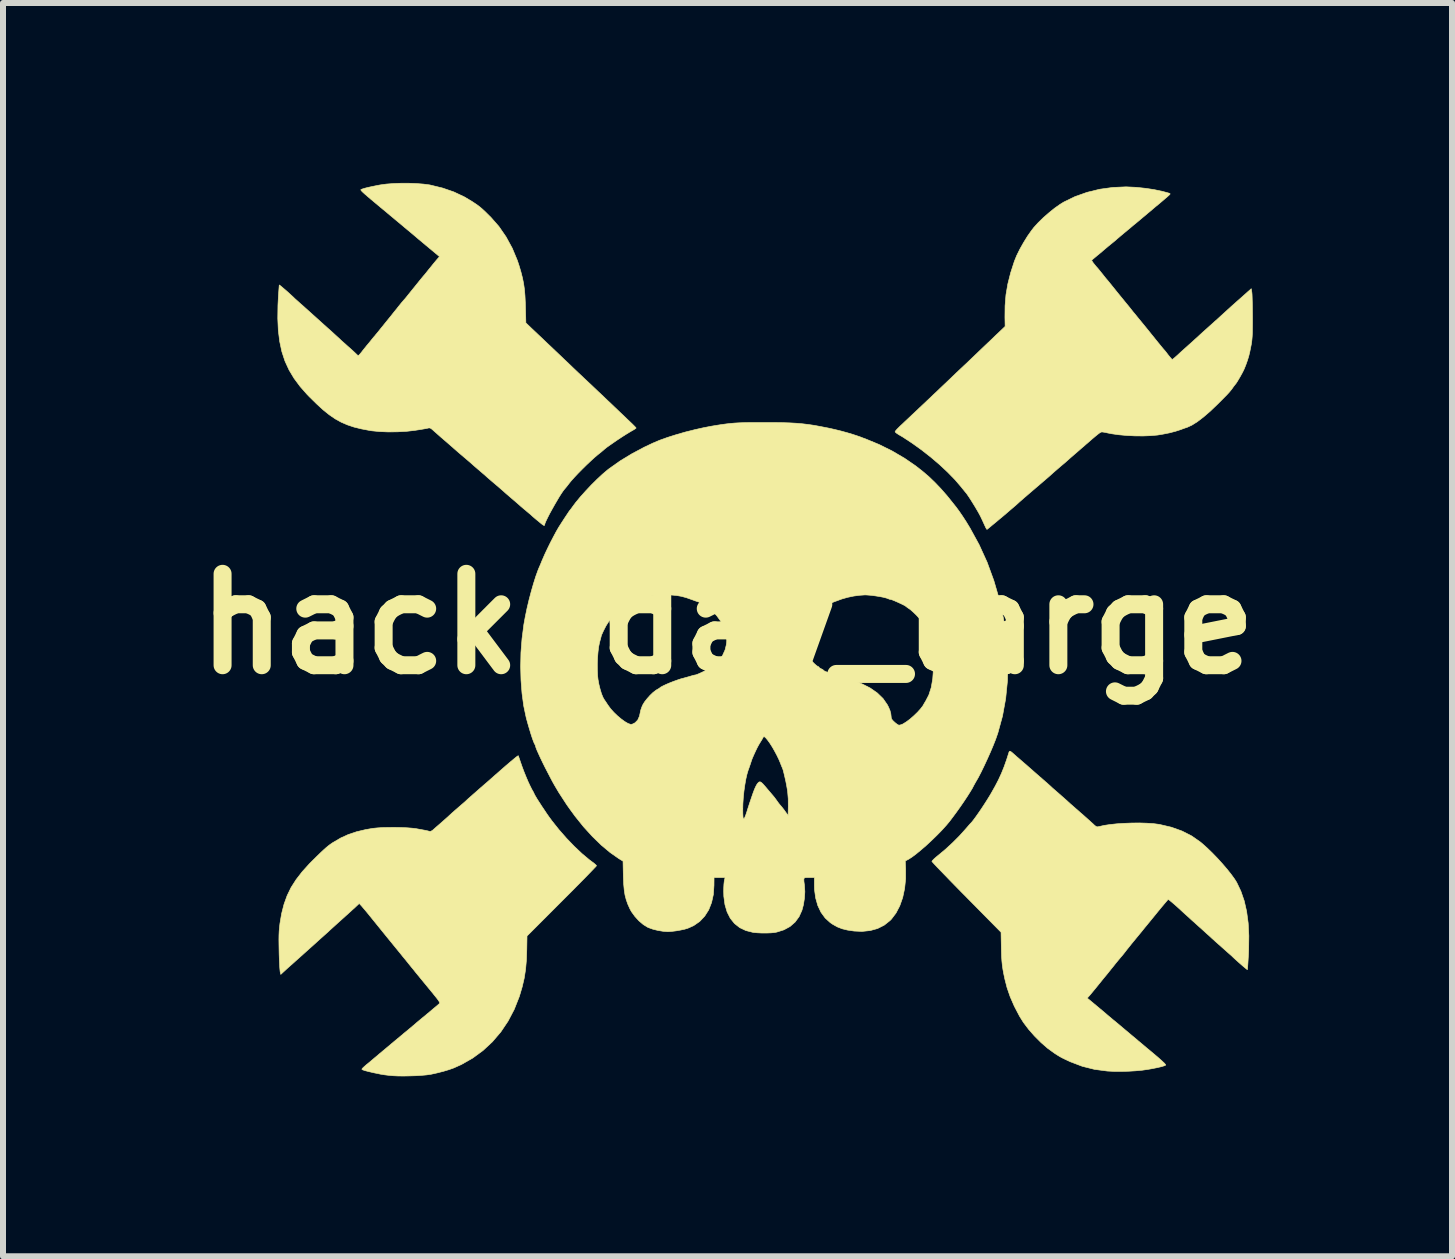
<source format=kicad_pcb>
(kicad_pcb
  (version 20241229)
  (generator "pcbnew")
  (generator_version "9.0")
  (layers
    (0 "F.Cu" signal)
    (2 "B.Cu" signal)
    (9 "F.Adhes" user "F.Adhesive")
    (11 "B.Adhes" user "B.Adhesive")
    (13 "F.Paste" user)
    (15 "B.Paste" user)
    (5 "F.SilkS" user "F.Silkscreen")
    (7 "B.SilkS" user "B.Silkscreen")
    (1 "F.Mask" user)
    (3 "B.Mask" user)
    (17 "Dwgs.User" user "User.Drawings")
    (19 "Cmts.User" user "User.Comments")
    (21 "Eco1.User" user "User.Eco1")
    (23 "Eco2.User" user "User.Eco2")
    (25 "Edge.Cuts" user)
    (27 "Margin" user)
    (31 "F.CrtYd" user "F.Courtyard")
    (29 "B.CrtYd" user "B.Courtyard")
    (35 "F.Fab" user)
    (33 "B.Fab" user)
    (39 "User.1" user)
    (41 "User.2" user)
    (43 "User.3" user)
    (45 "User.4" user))
  (footprint "hackaday_large"
    (layer "F.Cu")
    (at 9.079 7.351)
    (property "Reference" "hackaday_large" (at 0 0 0) (layer "F.SilkS") (effects (font (size 1.524 1.524) (thickness 0.3))))
    (attr through_hole)
    (fp_poly (pts (xy -3.488 2.198) (xy -3.483 2.212) (xy -3.472 2.244) (xy -3.457 2.288) (xy -3.449 2.311) (xy -3.423 2.386) (xy -3.392 2.468) (xy -3.358 2.552) (xy -3.324 2.632) (xy -3.292 2.7) (xy -3.266 2.752) (xy -3.262 2.76) (xy -3.242 2.794) (xy -3.229 2.819) (xy -3.226 2.826) (xy -3.219 2.843) (xy -3.2 2.876) (xy -3.172 2.923) (xy -3.136 2.979) (xy -3.096 3.041) (xy -3.053 3.105) (xy -3.011 3.168) (xy -2.971 3.225) (xy -2.936 3.272) (xy -2.933 3.277) (xy -2.812 3.429) (xy -2.685 3.574) (xy -2.555 3.709) (xy -2.427 3.83) (xy -2.304 3.933) (xy -2.262 3.964) (xy -2.225 3.992) (xy -2.197 4.016) (xy -2.185 4.031) (xy -2.185 4.032) (xy -2.193 4.043) (xy -2.219 4.07) (xy -2.259 4.112) (xy -2.312 4.167) (xy -2.378 4.235) (xy -2.454 4.312) (xy -2.539 4.398) (xy -2.632 4.492) (xy -2.731 4.591) (xy -2.764 4.624) (xy -3.343 5.204) (xy -3.347 5.431) (xy -3.353 5.605) (xy -3.367 5.762) (xy -3.39 5.909) (xy -3.424 6.054) (xy -3.469 6.205) (xy -3.473 6.217) (xy -3.556 6.427) (xy -3.659 6.623) (xy -3.78 6.803) (xy -3.92 6.967) (xy -4.076 7.112) (xy -4.249 7.239) (xy -4.437 7.346) (xy -4.566 7.404) (xy -4.642 7.431) (xy -4.735 7.459) (xy -4.837 7.485) (xy -4.94 7.508) (xy -4.959 7.511) (xy -5.022 7.52) (xy -5.104 7.527) (xy -5.199 7.533) (xy -5.299 7.536) (xy -5.4 7.538) (xy -5.494 7.537) (xy -5.576 7.533) (xy -5.588 7.532) (xy -5.652 7.526) (xy -5.717 7.518) (xy -5.771 7.509) (xy -5.785 7.507) (xy -5.896 7.484) (xy -5.982 7.464) (xy -6.044 7.448) (xy -6.082 7.435) (xy -6.096 7.425) (xy -6.096 7.424) (xy -6.087 7.41) (xy -6.062 7.386) (xy -6.027 7.355) (xy -6.018 7.347) (xy -5.974 7.312) (xy -5.933 7.277) (xy -5.902 7.251) (xy -5.901 7.25) (xy -5.882 7.234) (xy -5.846 7.204) (xy -5.798 7.163) (xy -5.738 7.113) (xy -5.672 7.058) (xy -5.601 6.998) (xy -5.529 6.938) (xy -5.459 6.88) (xy -5.394 6.825) (xy -5.336 6.778) (xy -5.297 6.745) (xy -5.264 6.718) (xy -5.238 6.695) (xy -5.227 6.687) (xy -5.214 6.675) (xy -5.184 6.649) (xy -5.141 6.613) (xy -5.088 6.569) (xy -5.028 6.52) (xy -5.023 6.515) (xy -4.962 6.465) (xy -4.907 6.418) (xy -4.861 6.38) (xy -4.827 6.351) (xy -4.81 6.336) (xy -4.809 6.335) (xy -4.802 6.327) (xy -4.799 6.317) (xy -4.804 6.303) (xy -4.817 6.282) (xy -4.84 6.25) (xy -4.876 6.205) (xy -4.925 6.144) (xy -4.94 6.126) (xy -4.99 6.065) (xy -5.035 6.01) (xy -5.073 5.964) (xy -5.101 5.93) (xy -5.116 5.912) (xy -5.116 5.912) (xy -5.131 5.893) (xy -5.159 5.859) (xy -5.196 5.814) (xy -5.239 5.76) (xy -5.264 5.73) (xy -5.315 5.667) (xy -5.367 5.602) (xy -5.416 5.543) (xy -5.455 5.494) (xy -5.465 5.482) (xy -5.532 5.4) (xy -5.611 5.303) (xy -5.699 5.195) (xy -5.792 5.08) (xy -5.886 4.964) (xy -5.963 4.869) (xy -6.005 4.817) (xy -6.046 4.768) (xy -6.08 4.728) (xy -6.102 4.702) (xy -6.14 4.661) (xy -6.191 4.709) (xy -6.216 4.733) (xy -6.257 4.769) (xy -6.308 4.816) (xy -6.367 4.869) (xy -6.43 4.926) (xy -6.439 4.934) (xy -6.498 4.987) (xy -6.551 5.035) (xy -6.594 5.074) (xy -6.625 5.102) (xy -6.641 5.117) (xy -6.642 5.118) (xy -6.653 5.129) (xy -6.68 5.153) (xy -6.718 5.187) (xy -6.765 5.229) (xy -6.782 5.244) (xy -6.843 5.299) (xy -6.909 5.359) (xy -6.973 5.416) (xy -7.023 5.461) (xy -7.081 5.513) (xy -7.148 5.573) (xy -7.213 5.631) (xy -7.244 5.659) (xy -7.294 5.703) (xy -7.342 5.746) (xy -7.381 5.782) (xy -7.403 5.802) (xy -7.448 5.844) (xy -7.458 5.802) (xy -7.461 5.777) (xy -7.465 5.731) (xy -7.468 5.669) (xy -7.472 5.593) (xy -7.475 5.509) (xy -7.476 5.46) (xy -7.478 5.351) (xy -7.479 5.263) (xy -7.478 5.189) (xy -7.475 5.125) (xy -7.47 5.065) (xy -7.463 5.005) (xy -7.463 5.002) (xy -7.434 4.83) (xy -7.394 4.674) (xy -7.342 4.53) (xy -7.276 4.394) (xy -7.192 4.263) (xy -7.09 4.131) (xy -6.968 3.996) (xy -6.915 3.943) (xy -6.842 3.871) (xy -6.782 3.813) (xy -6.734 3.768) (xy -6.694 3.732) (xy -6.659 3.703) (xy -6.625 3.677) (xy -6.589 3.652) (xy -6.569 3.64) (xy -6.448 3.569) (xy -6.323 3.512) (xy -6.186 3.466) (xy -6.035 3.43) (xy -5.914 3.409) (xy -5.845 3.402) (xy -5.758 3.396) (xy -5.658 3.394) (xy -5.553 3.393) (xy -5.447 3.395) (xy -5.347 3.399) (xy -5.259 3.406) (xy -5.19 3.414) (xy -5.182 3.416) (xy -5.099 3.431) (xy -5.039 3.442) (xy -4.998 3.451) (xy -4.972 3.458) (xy -4.966 3.46) (xy -4.944 3.457) (xy -4.917 3.441) (xy -4.915 3.439) (xy -4.891 3.418) (xy -4.855 3.386) (xy -4.811 3.348) (xy -4.788 3.328) (xy -4.738 3.284) (xy -4.686 3.238) (xy -4.642 3.198) (xy -4.629 3.186) (xy -4.591 3.151) (xy -4.541 3.107) (xy -4.488 3.061) (xy -4.464 3.04) (xy -4.422 3.004) (xy -4.386 2.973) (xy -4.363 2.952) (xy -4.356 2.946) (xy -4.345 2.935) (xy -4.318 2.91) (xy -4.28 2.877) (xy -4.234 2.836) (xy -4.229 2.832) (xy -4.173 2.783) (xy -4.114 2.731) (xy -4.06 2.684) (xy -4.026 2.655) (xy -3.987 2.621) (xy -3.935 2.575) (xy -3.875 2.522) (xy -3.812 2.467) (xy -3.778 2.437) (xy -3.689 2.359) (xy -3.617 2.298) (xy -3.562 2.252) (xy -3.523 2.22) (xy -3.499 2.203) (xy -3.489 2.198) (xy -3.488 2.198)) (stroke (width 0.01) (type solid)) (fill yes) (layer "F.SilkS"))
    (fp_poly (pts (xy 4.719 2.126) (xy 4.746 2.147) (xy 4.756 2.156) (xy 4.78 2.177) (xy 4.818 2.211) (xy 4.866 2.252) (xy 4.919 2.298) (xy 4.934 2.311) (xy 4.984 2.354) (xy 5.027 2.392) (xy 5.059 2.42) (xy 5.078 2.436) (xy 5.08 2.438) (xy 5.091 2.448) (xy 5.118 2.472) (xy 5.158 2.507) (xy 5.206 2.549) (xy 5.239 2.577) (xy 5.292 2.624) (xy 5.338 2.664) (xy 5.375 2.697) (xy 5.398 2.718) (xy 5.404 2.724) (xy 5.418 2.737) (xy 5.448 2.763) (xy 5.487 2.797) (xy 5.518 2.824) (xy 5.568 2.868) (xy 5.618 2.912) (xy 5.661 2.95) (xy 5.677 2.965) (xy 5.712 2.997) (xy 5.759 3.038) (xy 5.81 3.083) (xy 5.836 3.105) (xy 5.884 3.148) (xy 5.932 3.189) (xy 5.971 3.224) (xy 5.987 3.238) (xy 6.018 3.266) (xy 6.043 3.288) (xy 6.051 3.296) (xy 6.069 3.312) (xy 6.097 3.337) (xy 6.11 3.35) (xy 6.139 3.374) (xy 6.161 3.384) (xy 6.185 3.381) (xy 6.198 3.378) (xy 6.278 3.36) (xy 6.377 3.345) (xy 6.491 3.333) (xy 6.615 3.325) (xy 6.743 3.32) (xy 6.87 3.319) (xy 6.991 3.323) (xy 7.1 3.33) (xy 7.192 3.342) (xy 7.203 3.344) (xy 7.4 3.39) (xy 7.578 3.454) (xy 7.739 3.536) (xy 7.883 3.637) (xy 7.912 3.661) (xy 7.995 3.735) (xy 8.082 3.819) (xy 8.169 3.909) (xy 8.253 4.002) (xy 8.331 4.093) (xy 8.399 4.179) (xy 8.454 4.255) (xy 8.488 4.309) (xy 8.558 4.456) (xy 8.614 4.618) (xy 8.654 4.794) (xy 8.68 4.988) (xy 8.691 5.2) (xy 8.688 5.432) (xy 8.685 5.505) (xy 8.68 5.583) (xy 8.676 5.651) (xy 8.672 5.707) (xy 8.669 5.746) (xy 8.667 5.764) (xy 8.666 5.764) (xy 8.657 5.758) (xy 8.632 5.738) (xy 8.597 5.709) (xy 8.557 5.674) (xy 8.515 5.637) (xy 8.475 5.601) (xy 8.442 5.571) (xy 8.421 5.551) (xy 8.42 5.55) (xy 8.409 5.539) (xy 8.382 5.515) (xy 8.342 5.48) (xy 8.293 5.436) (xy 8.242 5.391) (xy 8.187 5.342) (xy 8.138 5.299) (xy 8.1 5.264) (xy 8.074 5.241) (xy 8.065 5.232) (xy 8.054 5.222) (xy 8.027 5.197) (xy 7.986 5.161) (xy 7.936 5.115) (xy 7.878 5.063) (xy 7.861 5.048) (xy 7.797 4.99) (xy 7.735 4.935) (xy 7.68 4.884) (xy 7.634 4.843) (xy 7.603 4.815) (xy 7.601 4.813) (xy 7.522 4.74) (xy 7.456 4.681) (xy 7.404 4.637) (xy 7.368 4.607) (xy 7.348 4.594) (xy 7.345 4.594) (xy 7.336 4.604) (xy 7.313 4.631) (xy 7.279 4.671) (xy 7.236 4.722) (xy 7.188 4.781) (xy 7.18 4.79) (xy 7.13 4.852) (xy 7.084 4.908) (xy 7.045 4.956) (xy 7.016 4.991) (xy 7.001 5.01) (xy 7 5.011) (xy 6.981 5.034) (xy 6.952 5.069) (xy 6.928 5.099) (xy 6.901 5.133) (xy 6.88 5.158) (xy 6.871 5.169) (xy 6.861 5.181) (xy 6.838 5.209) (xy 6.806 5.248) (xy 6.768 5.294) (xy 6.728 5.343) (xy 6.69 5.391) (xy 6.656 5.433) (xy 6.631 5.466) (xy 6.626 5.472) (xy 6.597 5.509) (xy 6.569 5.543) (xy 6.562 5.55) (xy 6.544 5.572) (xy 6.513 5.609) (xy 6.475 5.655) (xy 6.438 5.702) (xy 6.391 5.76) (xy 6.343 5.82) (xy 6.299 5.874) (xy 6.273 5.905) (xy 6.232 5.956) (xy 6.185 6.014) (xy 6.139 6.071) (xy 6.129 6.083) (xy 6.092 6.128) (xy 6.058 6.169) (xy 6.032 6.2) (xy 6.024 6.208) (xy 5.997 6.239) (xy 6.151 6.367) (xy 6.205 6.412) (xy 6.253 6.452) (xy 6.29 6.483) (xy 6.314 6.504) (xy 6.32 6.509) (xy 6.336 6.523) (xy 6.366 6.548) (xy 6.395 6.572) (xy 6.429 6.601) (xy 6.477 6.64) (xy 6.531 6.685) (xy 6.585 6.731) (xy 6.64 6.777) (xy 6.694 6.822) (xy 6.741 6.862) (xy 6.775 6.89) (xy 6.81 6.919) (xy 6.837 6.942) (xy 6.85 6.954) (xy 6.864 6.965) (xy 6.894 6.99) (xy 6.938 7.027) (xy 6.992 7.073) (xy 7.054 7.124) (xy 7.091 7.155) (xy 7.174 7.225) (xy 7.237 7.281) (xy 7.28 7.321) (xy 7.302 7.346) (xy 7.305 7.356) (xy 7.282 7.367) (xy 7.236 7.381) (xy 7.164 7.398) (xy 7.068 7.417) (xy 7.004 7.428) (xy 6.914 7.441) (xy 6.807 7.451) (xy 6.689 7.458) (xy 6.569 7.461) (xy 6.453 7.461) (xy 6.35 7.456) (xy 6.331 7.455) (xy 6.119 7.427) (xy 5.915 7.376) (xy 5.717 7.301) (xy 5.625 7.258) (xy 5.58 7.236) (xy 5.545 7.217) (xy 5.51 7.196) (xy 5.467 7.169) (xy 5.445 7.154) (xy 5.336 7.075) (xy 5.226 6.979) (xy 5.118 6.871) (xy 5.018 6.757) (xy 4.932 6.643) (xy 4.868 6.54) (xy 4.781 6.374) (xy 4.713 6.218) (xy 4.66 6.065) (xy 4.624 5.925) (xy 4.605 5.835) (xy 4.591 5.759) (xy 4.581 5.69) (xy 4.574 5.62) (xy 4.569 5.542) (xy 4.566 5.449) (xy 4.565 5.399) (xy 4.56 5.141) (xy 3.985 4.558) (xy 3.885 4.457) (xy 3.791 4.361) (xy 3.704 4.272) (xy 3.625 4.19) (xy 3.556 4.119) (xy 3.498 4.059) (xy 3.453 4.011) (xy 3.423 3.978) (xy 3.408 3.961) (xy 3.407 3.96) (xy 3.416 3.946) (xy 3.441 3.92) (xy 3.478 3.887) (xy 3.522 3.851) (xy 3.635 3.757) (xy 3.752 3.649) (xy 3.864 3.537) (xy 3.956 3.435) (xy 3.993 3.393) (xy 4.023 3.358) (xy 4.044 3.334) (xy 4.051 3.327) (xy 4.071 3.306) (xy 4.102 3.267) (xy 4.141 3.214) (xy 4.186 3.15) (xy 4.234 3.08) (xy 4.282 3.007) (xy 4.328 2.935) (xy 4.37 2.867) (xy 4.396 2.823) (xy 4.463 2.704) (xy 4.519 2.596) (xy 4.567 2.491) (xy 4.611 2.382) (xy 4.653 2.263) (xy 4.693 2.137) (xy 4.702 2.123) (xy 4.719 2.126)) (stroke (width 0.01) (type solid)) (fill yes) (layer "F.SilkS"))
    (fp_poly (pts (xy 6.813 -7.278) (xy 6.973 -7.261) (xy 7.116 -7.239) (xy 7.247 -7.211) (xy 7.271 -7.205) (xy 7.323 -7.191) (xy 7.355 -7.182) (xy 7.372 -7.176) (xy 7.378 -7.171) (xy 7.377 -7.165) (xy 7.377 -7.164) (xy 7.366 -7.152) (xy 7.339 -7.127) (xy 7.298 -7.092) (xy 7.248 -7.049) (xy 7.195 -7.004) (xy 7.135 -6.955) (xy 7.081 -6.909) (xy 7.035 -6.87) (xy 7.001 -6.842) (xy 6.985 -6.828) (xy 6.966 -6.812) (xy 6.931 -6.783) (xy 6.883 -6.743) (xy 6.825 -6.694) (xy 6.76 -6.641) (xy 6.725 -6.611) (xy 6.66 -6.557) (xy 6.601 -6.508) (xy 6.552 -6.467) (xy 6.516 -6.436) (xy 6.494 -6.418) (xy 6.49 -6.414) (xy 6.478 -6.403) (xy 6.451 -6.38) (xy 6.413 -6.349) (xy 6.382 -6.324) (xy 6.338 -6.288) (xy 6.299 -6.255) (xy 6.271 -6.231) (xy 6.261 -6.223) (xy 6.242 -6.206) (xy 6.21 -6.179) (xy 6.169 -6.146) (xy 6.156 -6.135) (xy 6.118 -6.103) (xy 6.088 -6.078) (xy 6.072 -6.062) (xy 6.071 -6.06) (xy 6.078 -6.047) (xy 6.095 -6.021) (xy 6.118 -5.992) (xy 6.14 -5.965) (xy 6.153 -5.95) (xy 6.167 -5.935) (xy 6.192 -5.905) (xy 6.224 -5.865) (xy 6.243 -5.842) (xy 6.276 -5.8) (xy 6.303 -5.766) (xy 6.321 -5.745) (xy 6.325 -5.74) (xy 6.336 -5.728) (xy 6.358 -5.701) (xy 6.382 -5.671) (xy 6.412 -5.634) (xy 6.454 -5.582) (xy 6.503 -5.521) (xy 6.557 -5.455) (xy 6.61 -5.39) (xy 6.64 -5.353) (xy 6.659 -5.33) (xy 6.688 -5.295) (xy 6.712 -5.265) (xy 6.742 -5.227) (xy 6.769 -5.193) (xy 6.784 -5.176) (xy 6.857 -5.086) (xy 6.918 -5.012) (xy 6.971 -4.947) (xy 7.019 -4.888) (xy 7.067 -4.828) (xy 7.119 -4.764) (xy 7.13 -4.75) (xy 7.176 -4.693) (xy 7.216 -4.644) (xy 7.248 -4.605) (xy 7.269 -4.58) (xy 7.276 -4.572) (xy 7.288 -4.559) (xy 7.31 -4.532) (xy 7.338 -4.495) (xy 7.345 -4.486) (xy 7.375 -4.449) (xy 7.399 -4.421) (xy 7.413 -4.408) (xy 7.414 -4.407) (xy 7.427 -4.416) (xy 7.453 -4.437) (xy 7.489 -4.469) (xy 7.506 -4.484) (xy 7.553 -4.528) (xy 7.611 -4.58) (xy 7.668 -4.631) (xy 7.69 -4.651) (xy 7.741 -4.696) (xy 7.792 -4.743) (xy 7.837 -4.783) (xy 7.855 -4.8) (xy 7.884 -4.827) (xy 7.928 -4.867) (xy 7.983 -4.916) (xy 8.045 -4.972) (xy 8.109 -5.029) (xy 8.115 -5.035) (xy 8.175 -5.088) (xy 8.227 -5.136) (xy 8.27 -5.175) (xy 8.301 -5.203) (xy 8.317 -5.218) (xy 8.319 -5.219) (xy 8.33 -5.23) (xy 8.357 -5.254) (xy 8.396 -5.29) (xy 8.446 -5.334) (xy 8.496 -5.379) (xy 8.554 -5.43) (xy 8.607 -5.477) (xy 8.652 -5.517) (xy 8.684 -5.546) (xy 8.7 -5.559) (xy 8.731 -5.588) (xy 8.741 -5.528) (xy 8.744 -5.499) (xy 8.746 -5.449) (xy 8.748 -5.382) (xy 8.75 -5.301) (xy 8.751 -5.211) (xy 8.752 -5.118) (xy 8.752 -5.009) (xy 8.751 -4.921) (xy 8.75 -4.851) (xy 8.747 -4.793) (xy 8.743 -4.744) (xy 8.738 -4.699) (xy 8.731 -4.655) (xy 8.726 -4.63) (xy 8.708 -4.54) (xy 8.69 -4.465) (xy 8.669 -4.396) (xy 8.643 -4.323) (xy 8.616 -4.255) (xy 8.601 -4.223) (xy 8.579 -4.18) (xy 8.552 -4.131) (xy 8.524 -4.083) (xy 8.499 -4.041) (xy 8.48 -4.012) (xy 8.471 -4) (xy 8.46 -3.987) (xy 8.44 -3.961) (xy 8.432 -3.95) (xy 8.411 -3.92) (xy 8.39 -3.893) (xy 8.367 -3.865) (xy 8.338 -3.833) (xy 8.3 -3.794) (xy 8.251 -3.744) (xy 8.188 -3.681) (xy 8.172 -3.665) (xy 8.048 -3.546) (xy 7.934 -3.448) (xy 7.832 -3.37) (xy 7.741 -3.313) (xy 7.663 -3.277) (xy 7.651 -3.273) (xy 7.626 -3.265) (xy 7.587 -3.251) (xy 7.556 -3.239) (xy 7.472 -3.212) (xy 7.37 -3.185) (xy 7.259 -3.163) (xy 7.169 -3.148) (xy 7.057 -3.138) (xy 6.929 -3.133) (xy 6.792 -3.134) (xy 6.653 -3.141) (xy 6.521 -3.153) (xy 6.402 -3.17) (xy 6.341 -3.182) (xy 6.296 -3.192) (xy 6.258 -3.198) (xy 6.239 -3.2) (xy 6.226 -3.196) (xy 6.204 -3.184) (xy 6.172 -3.16) (xy 6.129 -3.125) (xy 6.071 -3.076) (xy 5.997 -3.011) (xy 5.988 -3.004) (xy 5.945 -2.966) (xy 5.89 -2.919) (xy 5.834 -2.87) (xy 5.804 -2.844) (xy 5.76 -2.806) (xy 5.724 -2.775) (xy 5.699 -2.753) (xy 5.69 -2.744) (xy 5.678 -2.734) (xy 5.651 -2.71) (xy 5.612 -2.676) (xy 5.564 -2.636) (xy 5.55 -2.624) (xy 5.5 -2.581) (xy 5.457 -2.544) (xy 5.424 -2.515) (xy 5.406 -2.498) (xy 5.404 -2.497) (xy 5.391 -2.485) (xy 5.362 -2.459) (xy 5.318 -2.421) (xy 5.263 -2.374) (xy 5.2 -2.32) (xy 5.131 -2.261) (xy 5.061 -2.201) (xy 4.998 -2.147) (xy 4.943 -2.1) (xy 4.9 -2.062) (xy 4.87 -2.036) (xy 4.858 -2.025) (xy 4.843 -2.011) (xy 4.813 -1.984) (xy 4.77 -1.947) (xy 4.717 -1.902) (xy 4.659 -1.852) (xy 4.597 -1.799) (xy 4.534 -1.747) (xy 4.475 -1.697) (xy 4.421 -1.653) (xy 4.377 -1.616) (xy 4.344 -1.589) (xy 4.327 -1.576) (xy 4.325 -1.575) (xy 4.316 -1.585) (xy 4.301 -1.613) (xy 4.285 -1.648) (xy 4.248 -1.729) (xy 4.216 -1.796) (xy 4.182 -1.859) (xy 4.141 -1.929) (xy 4.133 -1.943) (xy 4.096 -2.003) (xy 4.06 -2.061) (xy 4.027 -2.112) (xy 3.999 -2.153) (xy 3.981 -2.179) (xy 3.976 -2.184) (xy 3.965 -2.197) (xy 3.943 -2.224) (xy 3.912 -2.262) (xy 3.893 -2.286) (xy 3.791 -2.405) (xy 3.669 -2.53) (xy 3.533 -2.657) (xy 3.385 -2.783) (xy 3.23 -2.904) (xy 3.072 -3.017) (xy 2.916 -3.119) (xy 2.854 -3.155) (xy 2.821 -3.177) (xy 2.799 -3.195) (xy 2.794 -3.204) (xy 2.803 -3.219) (xy 2.825 -3.245) (xy 2.855 -3.275) (xy 2.878 -3.298) (xy 2.916 -3.333) (xy 2.964 -3.379) (xy 3.02 -3.431) (xy 3.08 -3.488) (xy 3.141 -3.545) (xy 3.2 -3.601) (xy 3.253 -3.651) (xy 3.298 -3.693) (xy 3.33 -3.724) (xy 3.348 -3.74) (xy 3.36 -3.752) (xy 3.389 -3.779) (xy 3.43 -3.819) (xy 3.483 -3.868) (xy 3.543 -3.926) (xy 3.601 -3.981) (xy 3.675 -4.051) (xy 3.75 -4.123) (xy 3.823 -4.193) (xy 3.889 -4.255) (xy 3.944 -4.307) (xy 3.969 -4.33) (xy 4.056 -4.413) (xy 4.146 -4.499) (xy 4.245 -4.594) (xy 4.349 -4.693) (xy 4.38 -4.722) (xy 4.423 -4.763) (xy 4.472 -4.811) (xy 4.515 -4.851) (xy 4.628 -4.959) (xy 4.625 -5.112) (xy 4.627 -5.303) (xy 4.642 -5.486) (xy 4.673 -5.667) (xy 4.72 -5.853) (xy 4.782 -6.045) (xy 4.821 -6.141) (xy 4.874 -6.248) (xy 4.936 -6.358) (xy 5.002 -6.465) (xy 5.07 -6.561) (xy 5.108 -6.61) (xy 5.18 -6.689) (xy 5.266 -6.773) (xy 5.36 -6.855) (xy 5.454 -6.931) (xy 5.545 -6.995) (xy 5.605 -7.032) (xy 5.792 -7.123) (xy 5.992 -7.194) (xy 6.204 -7.246) (xy 6.422 -7.276) (xy 6.644 -7.286) (xy 6.813 -7.278)) (stroke (width 0.01) (type solid)) (fill yes) (layer "F.SilkS"))
    (fp_poly (pts (xy -5.187 -7.341) (xy -5.07 -7.332) (xy -4.97 -7.319) (xy -4.955 -7.316) (xy -4.75 -7.266) (xy -4.562 -7.201) (xy -4.388 -7.119) (xy -4.262 -7.044) (xy -4.206 -7.007) (xy -4.16 -6.975) (xy -4.119 -6.943) (xy -4.079 -6.908) (xy -4.033 -6.865) (xy -3.978 -6.81) (xy -3.948 -6.781) (xy -3.812 -6.626) (xy -3.692 -6.452) (xy -3.589 -6.263) (xy -3.504 -6.059) (xy -3.476 -5.975) (xy -3.444 -5.867) (xy -3.419 -5.769) (xy -3.4 -5.675) (xy -3.386 -5.578) (xy -3.377 -5.472) (xy -3.371 -5.35) (xy -3.369 -5.281) (xy -3.362 -5.018) (xy -3.266 -4.926) (xy -3.213 -4.876) (xy -3.151 -4.817) (xy -3.09 -4.76) (xy -3.061 -4.732) (xy -3.009 -4.682) (xy -2.946 -4.623) (xy -2.881 -4.561) (xy -2.82 -4.503) (xy -2.819 -4.502) (xy -2.779 -4.464) (xy -2.723 -4.41) (xy -2.655 -4.346) (xy -2.578 -4.272) (xy -2.495 -4.193) (xy -2.408 -4.111) (xy -2.324 -4.032) (xy -2.238 -3.951) (xy -2.154 -3.871) (xy -2.073 -3.795) (xy -2 -3.725) (xy -1.935 -3.664) (xy -1.884 -3.615) (xy -1.848 -3.581) (xy -1.848 -3.581) (xy -1.79 -3.525) (xy -1.725 -3.464) (xy -1.664 -3.405) (xy -1.629 -3.372) (xy -1.587 -3.332) (xy -1.553 -3.298) (xy -1.531 -3.275) (xy -1.524 -3.265) (xy -1.534 -3.256) (xy -1.561 -3.238) (xy -1.591 -3.221) (xy -1.64 -3.192) (xy -1.699 -3.156) (xy -1.766 -3.113) (xy -1.834 -3.068) (xy -1.901 -3.022) (xy -1.963 -2.979) (xy -2.015 -2.942) (xy -2.052 -2.912) (xy -2.07 -2.896) (xy -2.082 -2.886) (xy -2.109 -2.863) (xy -2.147 -2.833) (xy -2.167 -2.817) (xy -2.219 -2.773) (xy -2.282 -2.715) (xy -2.352 -2.649) (xy -2.424 -2.578) (xy -2.493 -2.508) (xy -2.555 -2.442) (xy -2.606 -2.385) (xy -2.636 -2.348) (xy -2.667 -2.308) (xy -2.694 -2.274) (xy -2.712 -2.253) (xy -2.714 -2.251) (xy -2.737 -2.222) (xy -2.768 -2.177) (xy -2.805 -2.119) (xy -2.845 -2.051) (xy -2.887 -1.979) (xy -2.928 -1.906) (xy -2.967 -1.835) (xy -3 -1.77) (xy -3.026 -1.716) (xy -3.043 -1.676) (xy -3.048 -1.655) (xy -3.053 -1.64) (xy -3.07 -1.645) (xy -3.099 -1.666) (xy -3.127 -1.689) (xy -3.164 -1.72) (xy -3.187 -1.738) (xy -3.221 -1.767) (xy -3.251 -1.793) (xy -3.263 -1.804) (xy -3.282 -1.822) (xy -3.315 -1.849) (xy -3.354 -1.882) (xy -3.359 -1.887) (xy -3.396 -1.917) (xy -3.425 -1.942) (xy -3.441 -1.955) (xy -3.442 -1.956) (xy -3.453 -1.966) (xy -3.48 -1.99) (xy -3.519 -2.024) (xy -3.567 -2.065) (xy -3.588 -2.083) (xy -3.638 -2.126) (xy -3.681 -2.163) (xy -3.713 -2.191) (xy -3.731 -2.208) (xy -3.734 -2.21) (xy -3.745 -2.22) (xy -3.773 -2.244) (xy -3.812 -2.278) (xy -3.859 -2.318) (xy -3.873 -2.33) (xy -3.924 -2.373) (xy -3.969 -2.412) (xy -4.004 -2.442) (xy -4.025 -2.461) (xy -4.027 -2.463) (xy -4.047 -2.481) (xy -4.08 -2.509) (xy -4.116 -2.54) (xy -4.164 -2.581) (xy -4.215 -2.625) (xy -4.248 -2.654) (xy -4.286 -2.688) (xy -4.321 -2.718) (xy -4.342 -2.736) (xy -4.388 -2.775) (xy -4.435 -2.815) (xy -4.482 -2.855) (xy -4.522 -2.89) (xy -4.553 -2.917) (xy -4.57 -2.932) (xy -4.572 -2.934) (xy -4.583 -2.944) (xy -4.611 -2.968) (xy -4.65 -3.002) (xy -4.697 -3.043) (xy -4.718 -3.061) (xy -4.773 -3.108) (xy -4.825 -3.154) (xy -4.87 -3.194) (xy -4.902 -3.222) (xy -4.907 -3.227) (xy -4.939 -3.254) (xy -4.961 -3.266) (xy -4.984 -3.266) (xy -4.996 -3.263) (xy -5.023 -3.257) (xy -5.069 -3.249) (xy -5.129 -3.239) (xy -5.195 -3.229) (xy -5.211 -3.226) (xy -5.352 -3.21) (xy -5.503 -3.202) (xy -5.655 -3.2) (xy -5.8 -3.206) (xy -5.932 -3.219) (xy -5.969 -3.225) (xy -6.105 -3.251) (xy -6.227 -3.281) (xy -6.338 -3.318) (xy -6.442 -3.363) (xy -6.541 -3.418) (xy -6.64 -3.486) (xy -6.742 -3.568) (xy -6.85 -3.667) (xy -6.968 -3.783) (xy -7.007 -3.823) (xy -7.125 -3.957) (xy -7.226 -4.093) (xy -7.31 -4.233) (xy -7.378 -4.381) (xy -7.43 -4.539) (xy -7.466 -4.708) (xy -7.489 -4.892) (xy -7.498 -5.093) (xy -7.495 -5.314) (xy -7.491 -5.39) (xy -7.487 -5.468) (xy -7.482 -5.536) (xy -7.478 -5.592) (xy -7.475 -5.631) (xy -7.473 -5.649) (xy -7.473 -5.65) (xy -7.463 -5.644) (xy -7.438 -5.624) (xy -7.404 -5.595) (xy -7.363 -5.56) (xy -7.321 -5.523) (xy -7.282 -5.487) (xy -7.25 -5.458) (xy -7.229 -5.438) (xy -7.226 -5.435) (xy -7.215 -5.424) (xy -7.188 -5.4) (xy -7.15 -5.366) (xy -7.105 -5.325) (xy -7.099 -5.321) (xy -7.001 -5.233) (xy -6.922 -5.162) (xy -6.866 -5.112) (xy -6.852 -5.099) (xy -6.823 -5.073) (xy -6.781 -5.035) (xy -6.73 -4.989) (xy -6.672 -4.937) (xy -6.661 -4.927) (xy -6.602 -4.875) (xy -6.55 -4.827) (xy -6.506 -4.787) (xy -6.475 -4.759) (xy -6.459 -4.744) (xy -6.458 -4.743) (xy -6.444 -4.729) (xy -6.415 -4.703) (xy -6.375 -4.668) (xy -6.331 -4.628) (xy -6.283 -4.586) (xy -6.24 -4.547) (xy -6.207 -4.516) (xy -6.189 -4.499) (xy -6.168 -4.479) (xy -6.155 -4.47) (xy -6.155 -4.47) (xy -6.145 -4.48) (xy -6.123 -4.504) (xy -6.094 -4.54) (xy -6.082 -4.556) (xy -6.05 -4.596) (xy -6.025 -4.627) (xy -6.01 -4.646) (xy -6.007 -4.648) (xy -5.997 -4.661) (xy -5.975 -4.687) (xy -5.95 -4.718) (xy -5.923 -4.752) (xy -5.902 -4.777) (xy -5.893 -4.788) (xy -5.882 -4.8) (xy -5.858 -4.83) (xy -5.822 -4.873) (xy -5.778 -4.928) (xy -5.727 -4.991) (xy -5.672 -5.059) (xy -5.615 -5.129) (xy -5.559 -5.2) (xy -5.505 -5.266) (xy -5.502 -5.271) (xy -5.464 -5.318) (xy -5.43 -5.36) (xy -5.405 -5.389) (xy -5.392 -5.404) (xy -5.38 -5.417) (xy -5.355 -5.447) (xy -5.32 -5.491) (xy -5.277 -5.544) (xy -5.229 -5.604) (xy -5.226 -5.607) (xy -5.178 -5.667) (xy -5.136 -5.719) (xy -5.101 -5.762) (xy -5.077 -5.791) (xy -5.066 -5.804) (xy -5.066 -5.804) (xy -5.055 -5.816) (xy -5.032 -5.844) (xy -5.002 -5.882) (xy -4.978 -5.912) (xy -4.937 -5.962) (xy -4.897 -6.012) (xy -4.862 -6.054) (xy -4.85 -6.068) (xy -4.802 -6.123) (xy -4.97 -6.263) (xy -5.03 -6.313) (xy -5.088 -6.362) (xy -5.139 -6.404) (xy -5.178 -6.437) (xy -5.194 -6.451) (xy -5.226 -6.478) (xy -5.271 -6.516) (xy -5.324 -6.56) (xy -5.381 -6.607) (xy -5.391 -6.616) (xy -5.447 -6.663) (xy -5.501 -6.708) (xy -5.548 -6.747) (xy -5.582 -6.776) (xy -5.586 -6.779) (xy -5.626 -6.812) (xy -5.664 -6.844) (xy -5.68 -6.858) (xy -5.787 -6.946) (xy -5.875 -7.02) (xy -5.947 -7.08) (xy -6.003 -7.128) (xy -6.046 -7.165) (xy -6.077 -7.193) (xy -6.098 -7.214) (xy -6.109 -7.227) (xy -6.114 -7.236) (xy -6.112 -7.24) (xy -6.092 -7.249) (xy -6.051 -7.262) (xy -5.992 -7.277) (xy -5.918 -7.293) (xy -5.834 -7.31) (xy -5.791 -7.318) (xy -5.69 -7.332) (xy -5.572 -7.341) (xy -5.445 -7.346) (xy -5.314 -7.346) (xy -5.187 -7.341)) (stroke (width 0.01) (type solid)) (fill yes) (layer "F.SilkS"))
    (fp_poly (pts (xy 0.775 -3.357) (xy 0.913 -3.355) (xy 1.035 -3.351) (xy 1.145 -3.345) (xy 1.248 -3.336) (xy 1.348 -3.324) (xy 1.449 -3.309) (xy 1.556 -3.289) (xy 1.674 -3.266) (xy 1.721 -3.256) (xy 1.803 -3.237) (xy 1.896 -3.214) (xy 1.991 -3.188) (xy 2.082 -3.161) (xy 2.161 -3.135) (xy 2.213 -3.117) (xy 2.259 -3.099) (xy 2.306 -3.082) (xy 2.308 -3.081) (xy 2.53 -2.989) (xy 2.747 -2.881) (xy 2.953 -2.76) (xy 3.141 -2.631) (xy 3.143 -2.629) (xy 3.254 -2.542) (xy 3.358 -2.453) (xy 3.458 -2.357) (xy 3.558 -2.252) (xy 3.662 -2.133) (xy 3.772 -1.996) (xy 3.814 -1.943) (xy 3.861 -1.879) (xy 3.916 -1.799) (xy 3.976 -1.707) (xy 4.036 -1.608) (xy 4.041 -1.6) (xy 4.194 -1.321) (xy 4.328 -1.027) (xy 4.44 -0.721) (xy 4.532 -0.405) (xy 4.602 -0.083) (xy 4.648 0.244) (xy 4.655 0.318) (xy 4.673 0.637) (xy 4.667 0.946) (xy 4.637 1.246) (xy 4.584 1.537) (xy 4.507 1.818) (xy 4.499 1.841) (xy 4.469 1.927) (xy 4.429 2.028) (xy 4.382 2.139) (xy 4.331 2.253) (xy 4.279 2.365) (xy 4.228 2.47) (xy 4.18 2.563) (xy 4.138 2.635) (xy 4.12 2.667) (xy 4.107 2.691) (xy 4.106 2.692) (xy 4.081 2.741) (xy 4.042 2.805) (xy 3.994 2.881) (xy 3.939 2.964) (xy 3.879 3.051) (xy 3.817 3.138) (xy 3.757 3.219) (xy 3.702 3.292) (xy 3.653 3.351) (xy 3.646 3.359) (xy 3.571 3.442) (xy 3.488 3.527) (xy 3.4 3.612) (xy 3.312 3.694) (xy 3.225 3.769) (xy 3.145 3.835) (xy 3.074 3.888) (xy 3.015 3.926) (xy 3.008 3.929) (xy 2.963 3.953) (xy 2.969 4.082) (xy 2.969 4.252) (xy 2.952 4.413) (xy 2.92 4.563) (xy 2.872 4.699) (xy 2.81 4.819) (xy 2.734 4.92) (xy 2.709 4.946) (xy 2.612 5.023) (xy 2.501 5.079) (xy 2.378 5.113) (xy 2.242 5.127) (xy 2.11 5.121) (xy 2.001 5.105) (xy 1.911 5.083) (xy 1.831 5.052) (xy 1.756 5.01) (xy 1.713 4.981) (xy 1.628 4.904) (xy 1.558 4.808) (xy 1.505 4.696) (xy 1.469 4.569) (xy 1.45 4.429) (xy 1.448 4.359) (xy 1.448 4.229) (xy 1.359 4.229) (xy 1.318 4.229) (xy 1.291 4.231) (xy 1.276 4.241) (xy 1.272 4.262) (xy 1.274 4.298) (xy 1.282 4.355) (xy 1.283 4.369) (xy 1.289 4.466) (xy 1.282 4.575) (xy 1.265 4.684) (xy 1.241 4.774) (xy 1.193 4.881) (xy 1.126 4.972) (xy 1.041 5.046) (xy 0.939 5.101) (xy 0.822 5.138) (xy 0.787 5.145) (xy 0.728 5.151) (xy 0.653 5.154) (xy 0.572 5.154) (xy 0.494 5.15) (xy 0.429 5.144) (xy 0.425 5.143) (xy 0.306 5.113) (xy 0.203 5.064) (xy 0.116 4.995) (xy 0.046 4.908) (xy -0.007 4.803) (xy -0.043 4.681) (xy -0.062 4.541) (xy -0.064 4.458) (xy -0.063 4.396) (xy -0.06 4.339) (xy -0.055 4.295) (xy -0.052 4.277) (xy -0.041 4.229) (xy -0.225 4.229) (xy -0.226 4.359) (xy -0.236 4.51) (xy -0.266 4.646) (xy -0.314 4.768) (xy -0.381 4.873) (xy -0.464 4.961) (xy -0.565 5.031) (xy -0.661 5.074) (xy -0.714 5.09) (xy -0.784 5.105) (xy -0.859 5.118) (xy -0.932 5.127) (xy -0.993 5.131) (xy -0.997 5.131) (xy -1.074 5.125) (xy -1.16 5.111) (xy -1.245 5.09) (xy -1.317 5.064) (xy -1.331 5.058) (xy -1.404 5.013) (xy -1.478 4.95) (xy -1.546 4.875) (xy -1.603 4.796) (xy -1.628 4.75) (xy -1.663 4.672) (xy -1.689 4.598) (xy -1.709 4.522) (xy -1.722 4.438) (xy -1.731 4.342) (xy -1.736 4.228) (xy -1.737 4.197) (xy -1.742 3.956) (xy -1.814 3.912) (xy -1.958 3.811) (xy -2.104 3.689) (xy -2.252 3.545) (xy -2.399 3.384) (xy -2.542 3.206) (xy -2.631 3.084) (xy 0.254 3.084) (xy 0.255 3.163) (xy 0.258 3.218) (xy 0.263 3.247) (xy 0.272 3.252) (xy 0.285 3.233) (xy 0.303 3.189) (xy 0.326 3.121) (xy 0.329 3.109) (xy 0.367 2.992) (xy 0.399 2.897) (xy 0.425 2.822) (xy 0.447 2.763) (xy 0.467 2.718) (xy 0.484 2.685) (xy 0.5 2.661) (xy 0.51 2.65) (xy 0.526 2.636) (xy 0.543 2.633) (xy 0.563 2.643) (xy 0.59 2.668) (xy 0.628 2.711) (xy 0.646 2.732) (xy 0.683 2.776) (xy 0.719 2.818) (xy 0.746 2.85) (xy 0.749 2.853) (xy 0.779 2.889) (xy 0.811 2.932) (xy 0.823 2.949) (xy 0.851 2.988) (xy 0.88 3.024) (xy 0.891 3.036) (xy 0.915 3.065) (xy 0.946 3.105) (xy 0.965 3.132) (xy 1.01 3.194) (xy 1.013 3.042) (xy 1.012 2.915) (xy 1.002 2.795) (xy 0.997 2.762) (xy 0.985 2.694) (xy 0.971 2.622) (xy 0.955 2.551) (xy 0.94 2.488) (xy 0.927 2.437) (xy 0.916 2.405) (xy 0.914 2.401) (xy 0.904 2.378) (xy 0.889 2.341) (xy 0.883 2.324) (xy 0.855 2.258) (xy 0.821 2.188) (xy 0.783 2.117) (xy 0.744 2.049) (xy 0.705 1.988) (xy 0.668 1.937) (xy 0.637 1.9) (xy 0.614 1.881) (xy 0.607 1.88) (xy 0.594 1.89) (xy 0.588 1.902) (xy 0.576 1.925) (xy 0.555 1.959) (xy 0.545 1.975) (xy 0.522 2.013) (xy 0.495 2.063) (xy 0.47 2.115) (xy 0.444 2.171) (xy 0.426 2.212) (xy 0.412 2.244) (xy 0.401 2.274) (xy 0.39 2.308) (xy 0.382 2.332) (xy 0.366 2.379) (xy 0.352 2.419) (xy 0.344 2.44) (xy 0.325 2.503) (xy 0.306 2.585) (xy 0.289 2.682) (xy 0.274 2.787) (xy 0.263 2.894) (xy 0.256 2.998) (xy 0.254 3.084) (xy -2.631 3.084) (xy -2.68 3.015) (xy -2.812 2.812) (xy -2.883 2.692) (xy -2.92 2.626) (xy -2.96 2.55) (xy -3.002 2.469) (xy -3.045 2.386) (xy -3.085 2.305) (xy -3.122 2.228) (xy -3.153 2.16) (xy -3.178 2.104) (xy -3.194 2.063) (xy -3.2 2.041) (xy -3.2 2.041) (xy -3.208 2.016) (xy -3.211 2.012) (xy -3.222 1.992) (xy -3.238 1.952) (xy -3.258 1.896) (xy -3.28 1.828) (xy -3.303 1.752) (xy -3.326 1.673) (xy -3.348 1.595) (xy -3.358 1.556) (xy -3.398 1.366) (xy -3.426 1.159) (xy -3.443 0.938) (xy -3.449 0.709) (xy -3.448 0.669) (xy -2.171 0.669) (xy -2.17 0.771) (xy -2.166 0.864) (xy -2.159 0.927) (xy -2.144 1.009) (xy -2.124 1.089) (xy -2.102 1.162) (xy -2.078 1.222) (xy -2.055 1.263) (xy -2.054 1.264) (xy -2.043 1.28) (xy -2.022 1.311) (xy -1.996 1.351) (xy -1.993 1.355) (xy -1.95 1.414) (xy -1.896 1.474) (xy -1.836 1.532) (xy -1.774 1.584) (xy -1.714 1.628) (xy -1.661 1.659) (xy -1.617 1.675) (xy -1.607 1.676) (xy -1.581 1.669) (xy -1.548 1.652) (xy -1.541 1.648) (xy -1.497 1.603) (xy -1.468 1.538) (xy -1.455 1.476) (xy -1.446 1.435) (xy -1.428 1.384) (xy -1.413 1.35) (xy -1.384 1.302) (xy -1.341 1.247) (xy -1.292 1.192) (xy -1.241 1.143) (xy -1.194 1.107) (xy -1.177 1.096) (xy -1.148 1.08) (xy -1.131 1.068) (xy -1.13 1.067) (xy -1.112 1.053) (xy -1.074 1.033) (xy -1.023 1.009) (xy -0.962 0.983) (xy -0.898 0.958) (xy -0.834 0.935) (xy -0.777 0.916) (xy -0.749 0.909) (xy -0.695 0.894) (xy -0.641 0.879) (xy -0.608 0.869) (xy -0.57 0.858) (xy -0.541 0.852) (xy -0.533 0.851) (xy -0.514 0.845) (xy -0.479 0.831) (xy -0.435 0.811) (xy -0.387 0.788) (xy -0.341 0.765) (xy -0.305 0.746) (xy -0.285 0.732) (xy -0.284 0.732) (xy -0.265 0.716) (xy -0.234 0.693) (xy -0.216 0.68) (xy -0.144 0.613) (xy -0.084 0.529) (xy -0.041 0.434) (xy -0.017 0.336) (xy 1.275 0.336) (xy 1.296 0.437) (xy 1.342 0.536) (xy 1.349 0.547) (xy 1.373 0.582) (xy 1.406 0.62) (xy 1.441 0.657) (xy 1.475 0.688) (xy 1.501 0.707) (xy 1.512 0.711) (xy 1.524 0.72) (xy 1.524 0.722) (xy 1.534 0.734) (xy 1.56 0.748) (xy 1.562 0.749) (xy 1.588 0.762) (xy 1.6 0.773) (xy 1.6 0.773) (xy 1.611 0.783) (xy 1.637 0.796) (xy 1.641 0.797) (xy 1.669 0.807) (xy 1.682 0.811) (xy 1.683 0.81) (xy 1.693 0.814) (xy 1.717 0.825) (xy 1.721 0.827) (xy 1.799 0.861) (xy 1.885 0.887) (xy 1.892 0.889) (xy 2.076 0.937) (xy 2.238 0.998) (xy 2.378 1.069) (xy 2.496 1.151) (xy 2.592 1.244) (xy 2.664 1.348) (xy 2.682 1.383) (xy 2.708 1.443) (xy 2.722 1.496) (xy 2.729 1.558) (xy 2.73 1.572) (xy 2.74 1.592) (xy 2.764 1.62) (xy 2.796 1.649) (xy 2.828 1.674) (xy 2.854 1.688) (xy 2.86 1.689) (xy 2.887 1.683) (xy 2.922 1.67) (xy 2.925 1.668) (xy 2.98 1.634) (xy 3.042 1.588) (xy 3.105 1.533) (xy 3.165 1.475) (xy 3.216 1.419) (xy 3.255 1.369) (xy 3.268 1.346) (xy 3.281 1.323) (xy 3.3 1.292) (xy 3.302 1.289) (xy 3.356 1.185) (xy 3.396 1.061) (xy 3.421 0.917) (xy 3.433 0.751) (xy 3.434 0.667) (xy 3.432 0.604) (xy 3.427 0.534) (xy 3.42 0.464) (xy 3.411 0.397) (xy 3.402 0.34) (xy 3.392 0.299) (xy 3.385 0.281) (xy 3.379 0.262) (xy 3.374 0.239) (xy 3.366 0.215) (xy 3.351 0.176) (xy 3.332 0.132) (xy 3.312 0.088) (xy 3.294 0.051) (xy 3.281 0.028) (xy 3.278 0.025) (xy 3.267 0.011) (xy 3.252 -0.017) (xy 3.251 -0.018) (xy 3.228 -0.054) (xy 3.191 -0.099) (xy 3.145 -0.149) (xy 3.097 -0.195) (xy 3.053 -0.234) (xy 3.033 -0.249) (xy 3 -0.271) (xy 2.978 -0.288) (xy 2.972 -0.293) (xy 2.956 -0.304) (xy 2.923 -0.321) (xy 2.879 -0.342) (xy 2.831 -0.364) (xy 2.785 -0.384) (xy 2.748 -0.399) (xy 2.726 -0.406) (xy 2.724 -0.406) (xy 2.696 -0.412) (xy 2.68 -0.419) (xy 2.647 -0.431) (xy 2.596 -0.444) (xy 2.533 -0.456) (xy 2.463 -0.467) (xy 2.394 -0.476) (xy 2.331 -0.481) (xy 2.293 -0.483) (xy 2.205 -0.477) (xy 2.105 -0.464) (xy 2.004 -0.443) (xy 1.912 -0.417) (xy 1.88 -0.406) (xy 1.838 -0.39) (xy 1.802 -0.377) (xy 1.787 -0.372) (xy 1.755 -0.359) (xy 1.714 -0.339) (xy 1.668 -0.314) (xy 1.625 -0.288) (xy 1.589 -0.265) (xy 1.567 -0.247) (xy 1.562 -0.24) (xy 1.552 -0.229) (xy 1.549 -0.229) (xy 1.53 -0.219) (xy 1.501 -0.193) (xy 1.466 -0.156) (xy 1.429 -0.111) (xy 1.393 -0.065) (xy 1.364 -0.022) (xy 1.351 0.002) (xy 1.302 0.12) (xy 1.276 0.231) (xy 1.275 0.336) (xy -0.017 0.336) (xy -0.017 0.335) (xy -0.013 0.279) (xy -0.026 0.172) (xy -0.059 0.063) (xy -0.112 -0.043) (xy -0.181 -0.138) (xy -0.214 -0.173) (xy -0.25 -0.206) (xy -0.295 -0.242) (xy -0.345 -0.28) (xy -0.395 -0.315) (xy -0.439 -0.343) (xy -0.474 -0.362) (xy -0.491 -0.368) (xy -0.506 -0.373) (xy -0.539 -0.384) (xy -0.582 -0.4) (xy -0.596 -0.405) (xy -0.687 -0.437) (xy -0.768 -0.459) (xy -0.847 -0.473) (xy -0.934 -0.481) (xy -1.035 -0.483) (xy -1.181 -0.477) (xy -1.304 -0.461) (xy -1.405 -0.435) (xy -1.432 -0.424) (xy -1.465 -0.412) (xy -1.489 -0.406) (xy -1.49 -0.406) (xy -1.51 -0.401) (xy -1.544 -0.388) (xy -1.572 -0.375) (xy -1.61 -0.357) (xy -1.64 -0.346) (xy -1.651 -0.343) (xy -1.663 -0.334) (xy -1.664 -0.332) (xy -1.674 -0.32) (xy -1.7 -0.306) (xy -1.702 -0.305) (xy -1.728 -0.291) (xy -1.74 -0.279) (xy -1.74 -0.278) (xy -1.75 -0.268) (xy -1.756 -0.267) (xy -1.771 -0.258) (xy -1.799 -0.234) (xy -1.836 -0.199) (xy -1.879 -0.156) (xy -1.88 -0.155) (xy -1.941 -0.089) (xy -1.987 -0.029) (xy -2.026 0.033) (xy -2.044 0.068) (xy -2.069 0.117) (xy -2.088 0.159) (xy -2.101 0.187) (xy -2.103 0.195) (xy -2.108 0.213) (xy -2.117 0.249) (xy -2.13 0.296) (xy -2.134 0.311) (xy -2.148 0.38) (xy -2.159 0.467) (xy -2.167 0.565) (xy -2.171 0.669) (xy -3.448 0.669) (xy -3.444 0.477) (xy -3.426 0.246) (xy -3.397 0.022) (xy -3.396 0.013) (xy -3.372 -0.119) (xy -3.343 -0.259) (xy -3.309 -0.402) (xy -3.272 -0.542) (xy -3.234 -0.674) (xy -3.196 -0.794) (xy -3.159 -0.896) (xy -3.144 -0.933) (xy -3.131 -0.962) (xy -3.112 -1.007) (xy -3.091 -1.059) (xy -3.082 -1.079) (xy -3.046 -1.162) (xy -3.002 -1.255) (xy -2.954 -1.353) (xy -2.904 -1.449) (xy -2.857 -1.537) (xy -2.815 -1.61) (xy -2.801 -1.632) (xy -2.764 -1.69) (xy -2.727 -1.747) (xy -2.692 -1.8) (xy -2.662 -1.845) (xy -2.641 -1.877) (xy -2.63 -1.892) (xy -2.629 -1.892) (xy -2.618 -1.906) (xy -2.598 -1.932) (xy -2.591 -1.943) (xy -2.529 -2.026) (xy -2.452 -2.119) (xy -2.364 -2.217) (xy -2.271 -2.316) (xy -2.176 -2.41) (xy -2.085 -2.495) (xy -2.001 -2.566) (xy -1.974 -2.587) (xy -1.792 -2.716) (xy -1.598 -2.834) (xy -1.388 -2.946) (xy -1.244 -3.014) (xy -1.133 -3.061) (xy -1.002 -3.108) (xy -0.857 -3.154) (xy -0.704 -3.198) (xy -0.549 -3.237) (xy -0.397 -3.271) (xy -0.273 -3.295) (xy -0.177 -3.311) (xy -0.093 -3.324) (xy -0.019 -3.334) (xy 0.051 -3.342) (xy 0.121 -3.348) (xy 0.195 -3.352) (xy 0.277 -3.355) (xy 0.372 -3.357) (xy 0.484 -3.357) (xy 0.616 -3.357) (xy 0.775 -3.357)) (stroke (width 0.01) (type solid)) (fill yes) (layer "F.SilkS")))
  (gr_rect
    (start -3 -3)
    (end 21.157 17.894)
    (stroke (width 0.1) (type default))
    (fill no)
    (layer "Edge.Cuts")))
</source>
